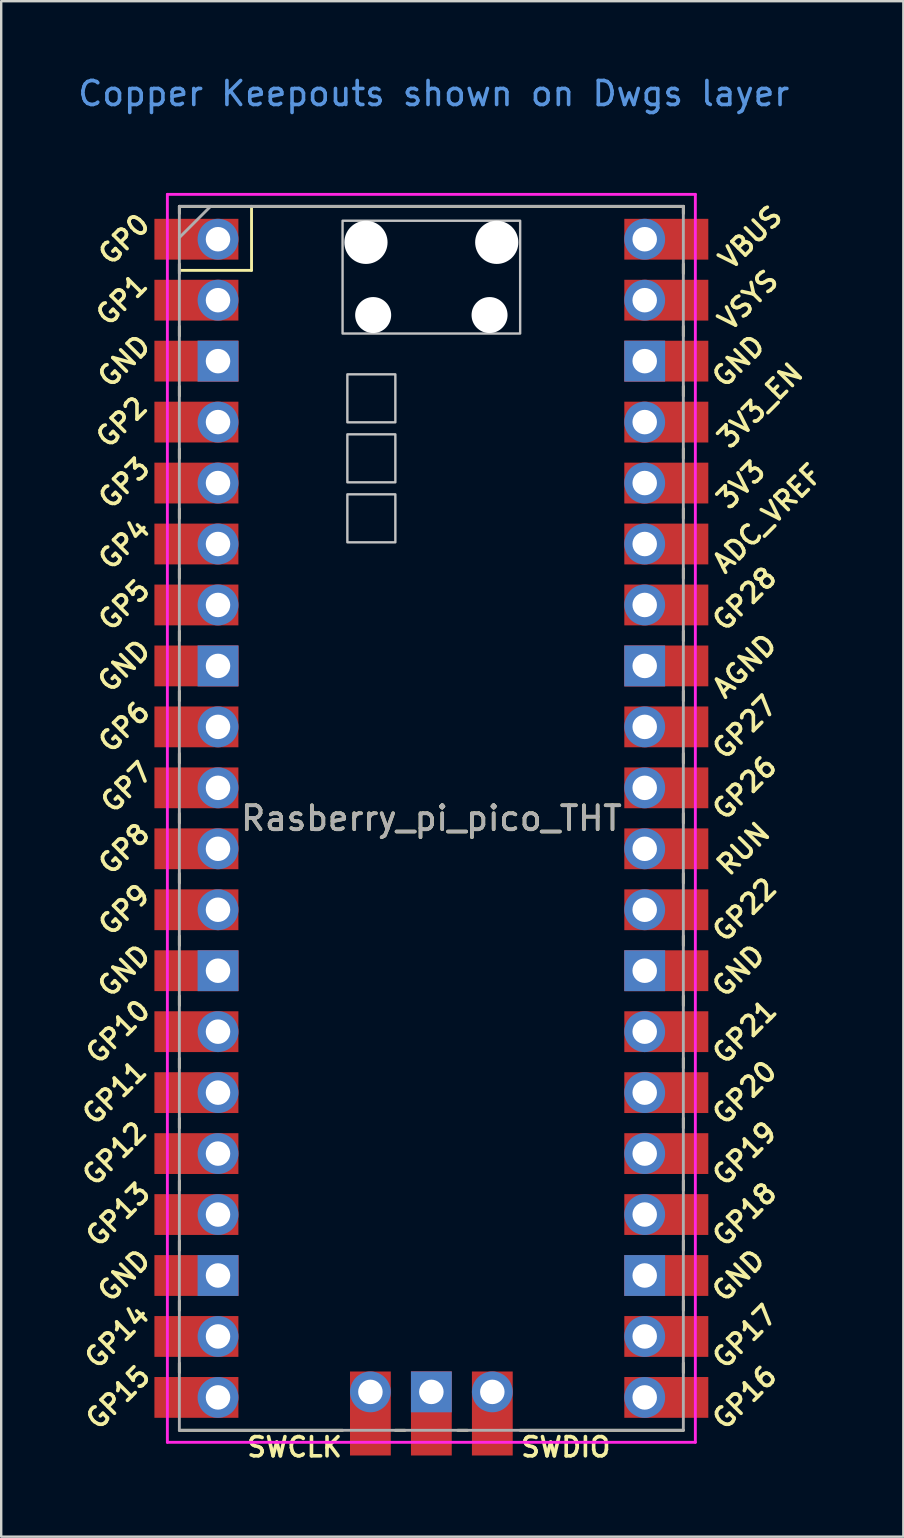
<source format=kicad_pcb>
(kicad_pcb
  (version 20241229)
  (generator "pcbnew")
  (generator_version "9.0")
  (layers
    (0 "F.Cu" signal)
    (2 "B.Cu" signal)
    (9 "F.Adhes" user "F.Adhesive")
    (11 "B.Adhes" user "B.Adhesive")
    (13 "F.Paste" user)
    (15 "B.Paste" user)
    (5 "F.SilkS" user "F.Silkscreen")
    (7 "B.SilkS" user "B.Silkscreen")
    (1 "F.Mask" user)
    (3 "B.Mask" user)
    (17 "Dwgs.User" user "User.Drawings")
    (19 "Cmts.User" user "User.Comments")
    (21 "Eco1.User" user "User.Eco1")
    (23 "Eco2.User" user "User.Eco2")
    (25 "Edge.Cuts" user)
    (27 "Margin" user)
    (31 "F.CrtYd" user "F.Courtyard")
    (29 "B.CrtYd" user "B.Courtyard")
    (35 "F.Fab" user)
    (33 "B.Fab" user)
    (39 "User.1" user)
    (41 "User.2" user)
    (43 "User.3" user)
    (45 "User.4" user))
  (footprint "Rasberry_pi_pico_THT"
    (layer "F.Cu")
    (at 14.924 31.048)
    (property "Reference" "Rasberry_pi_pico_THT" (at 0 0 0) (layer "F.SilkS") (effects (font (size 1 1) (thickness 0.15))))
    (attr through_hole)
    (fp_line (start -10.5 -25.5) (end -10.5 -25.2) (stroke (width 0.12) (type solid)) (layer "F.SilkS"))
    (fp_line (start -10.5 -25.5) (end 10.5 -25.5) (stroke (width 0.12) (type solid)) (layer "F.SilkS"))
    (fp_line (start -10.5 -23.1) (end -10.5 -22.7) (stroke (width 0.12) (type solid)) (layer "F.SilkS"))
    (fp_line (start -10.5 -22.833) (end -7.493 -22.833) (stroke (width 0.12) (type solid)) (layer "F.SilkS"))
    (fp_line (start -10.5 -20.5) (end -10.5 -20.1) (stroke (width 0.12) (type solid)) (layer "F.SilkS"))
    (fp_line (start -10.5 -18) (end -10.5 -17.6) (stroke (width 0.12) (type solid)) (layer "F.SilkS"))
    (fp_line (start -10.5 -15.4) (end -10.5 -15) (stroke (width 0.12) (type solid)) (layer "F.SilkS"))
    (fp_line (start -10.5 -12.9) (end -10.5 -12.5) (stroke (width 0.12) (type solid)) (layer "F.SilkS"))
    (fp_line (start -10.5 -10.4) (end -10.5 -10) (stroke (width 0.12) (type solid)) (layer "F.SilkS"))
    (fp_line (start -10.5 -7.8) (end -10.5 -7.4) (stroke (width 0.12) (type solid)) (layer "F.SilkS"))
    (fp_line (start -10.5 -5.3) (end -10.5 -4.9) (stroke (width 0.12) (type solid)) (layer "F.SilkS"))
    (fp_line (start -10.5 -2.7) (end -10.5 -2.3) (stroke (width 0.12) (type solid)) (layer "F.SilkS"))
    (fp_line (start -10.5 -0.2) (end -10.5 0.2) (stroke (width 0.12) (type solid)) (layer "F.SilkS"))
    (fp_line (start -10.5 2.3) (end -10.5 2.7) (stroke (width 0.12) (type solid)) (layer "F.SilkS"))
    (fp_line (start -10.5 4.9) (end -10.5 5.3) (stroke (width 0.12) (type solid)) (layer "F.SilkS"))
    (fp_line (start -10.5 7.4) (end -10.5 7.8) (stroke (width 0.12) (type solid)) (layer "F.SilkS"))
    (fp_line (start -10.5 10) (end -10.5 10.4) (stroke (width 0.12) (type solid)) (layer "F.SilkS"))
    (fp_line (start -10.5 12.5) (end -10.5 12.9) (stroke (width 0.12) (type solid)) (layer "F.SilkS"))
    (fp_line (start -10.5 15.1) (end -10.5 15.5) (stroke (width 0.12) (type solid)) (layer "F.SilkS"))
    (fp_line (start -10.5 17.6) (end -10.5 18) (stroke (width 0.12) (type solid)) (layer "F.SilkS"))
    (fp_line (start -10.5 20.1) (end -10.5 20.5) (stroke (width 0.12) (type solid)) (layer "F.SilkS"))
    (fp_line (start -10.5 22.7) (end -10.5 23.1) (stroke (width 0.12) (type solid)) (layer "F.SilkS"))
    (fp_line (start -7.493 -22.833) (end -7.493 -25.5) (stroke (width 0.12) (type solid)) (layer "F.SilkS"))
    (fp_line (start -3.7 25.5) (end -10.5 25.5) (stroke (width 0.12) (type solid)) (layer "F.SilkS"))
    (fp_line (start -1.5 25.5) (end -1.1 25.5) (stroke (width 0.12) (type solid)) (layer "F.SilkS"))
    (fp_line (start 1.1 25.5) (end 1.5 25.5) (stroke (width 0.12) (type solid)) (layer "F.SilkS"))
    (fp_line (start 10.5 -25.5) (end 10.5 -25.2) (stroke (width 0.12) (type solid)) (layer "F.SilkS"))
    (fp_line (start 10.5 -23.1) (end 10.5 -22.7) (stroke (width 0.12) (type solid)) (layer "F.SilkS"))
    (fp_line (start 10.5 -20.5) (end 10.5 -20.1) (stroke (width 0.12) (type solid)) (layer "F.SilkS"))
    (fp_line (start 10.5 -18) (end 10.5 -17.6) (stroke (width 0.12) (type solid)) (layer "F.SilkS"))
    (fp_line (start 10.5 -15.4) (end 10.5 -15) (stroke (width 0.12) (type solid)) (layer "F.SilkS"))
    (fp_line (start 10.5 -12.9) (end 10.5 -12.5) (stroke (width 0.12) (type solid)) (layer "F.SilkS"))
    (fp_line (start 10.5 -10.4) (end 10.5 -10) (stroke (width 0.12) (type solid)) (layer "F.SilkS"))
    (fp_line (start 10.5 -7.8) (end 10.5 -7.4) (stroke (width 0.12) (type solid)) (layer "F.SilkS"))
    (fp_line (start 10.5 -5.3) (end 10.5 -4.9) (stroke (width 0.12) (type solid)) (layer "F.SilkS"))
    (fp_line (start 10.5 -2.7) (end 10.5 -2.3) (stroke (width 0.12) (type solid)) (layer "F.SilkS"))
    (fp_line (start 10.5 -0.2) (end 10.5 0.2) (stroke (width 0.12) (type solid)) (layer "F.SilkS"))
    (fp_line (start 10.5 2.3) (end 10.5 2.7) (stroke (width 0.12) (type solid)) (layer "F.SilkS"))
    (fp_line (start 10.5 4.9) (end 10.5 5.3) (stroke (width 0.12) (type solid)) (layer "F.SilkS"))
    (fp_line (start 10.5 7.4) (end 10.5 7.8) (stroke (width 0.12) (type solid)) (layer "F.SilkS"))
    (fp_line (start 10.5 10) (end 10.5 10.4) (stroke (width 0.12) (type solid)) (layer "F.SilkS"))
    (fp_line (start 10.5 12.5) (end 10.5 12.9) (stroke (width 0.12) (type solid)) (layer "F.SilkS"))
    (fp_line (start 10.5 15.1) (end 10.5 15.5) (stroke (width 0.12) (type solid)) (layer "F.SilkS"))
    (fp_line (start 10.5 17.6) (end 10.5 18) (stroke (width 0.12) (type solid)) (layer "F.SilkS"))
    (fp_line (start 10.5 20.1) (end 10.5 20.5) (stroke (width 0.12) (type solid)) (layer "F.SilkS"))
    (fp_line (start 10.5 22.7) (end 10.5 23.1) (stroke (width 0.12) (type solid)) (layer "F.SilkS"))
    (fp_line (start 10.5 25.5) (end 3.7 25.5) (stroke (width 0.12) (type solid)) (layer "F.SilkS"))
    (fp_poly (pts (xy -1.5 -16.5) (xy -3.5 -16.5) (xy -3.5 -18.5) (xy -1.5 -18.5)) (stroke (width 0.1) (type solid)) (fill no) (layer "Dwgs.User"))
    (fp_poly (pts (xy -1.5 -14) (xy -3.5 -14) (xy -3.5 -16) (xy -1.5 -16)) (stroke (width 0.1) (type solid)) (fill no) (layer "Dwgs.User"))
    (fp_poly (pts (xy -1.5 -11.5) (xy -3.5 -11.5) (xy -3.5 -13.5) (xy -1.5 -13.5)) (stroke (width 0.1) (type solid)) (fill no) (layer "Dwgs.User"))
    (fp_poly (pts (xy 3.7 -20.2) (xy -3.7 -20.2) (xy -3.7 -24.9) (xy 3.7 -24.9)) (stroke (width 0.1) (type solid)) (fill no) (layer "Dwgs.User"))
    (fp_line (start -11 -26) (end 11 -26) (stroke (width 0.12) (type solid)) (layer "F.CrtYd"))
    (fp_line (start -11 26) (end -11 -26) (stroke (width 0.12) (type solid)) (layer "F.CrtYd"))
    (fp_line (start 11 -26) (end 11 26) (stroke (width 0.12) (type solid)) (layer "F.CrtYd"))
    (fp_line (start 11 26) (end -11 26) (stroke (width 0.12) (type solid)) (layer "F.CrtYd"))
    (fp_line (start -10.5 -25.5) (end 10.5 -25.5) (stroke (width 0.12) (type solid)) (layer "F.Fab"))
    (fp_line (start -10.5 -24.2) (end -9.2 -25.5) (stroke (width 0.12) (type solid)) (layer "F.Fab"))
    (fp_line (start -10.5 25.5) (end -10.5 -25.5) (stroke (width 0.12) (type solid)) (layer "F.Fab"))
    (fp_line (start 10.5 -25.5) (end 10.5 25.5) (stroke (width 0.12) (type solid)) (layer "F.Fab"))
    (fp_line (start 10.5 25.5) (end -10.5 25.5) (stroke (width 0.12) (type solid)) (layer "F.Fab"))
    (fp_text user "GP17" (at 13.054 21.59 45) (layer "F.SilkS") (effects (font (size 0.8 0.8) (thickness 0.15))))
    (fp_text user "SWCLK" (at -5.7 26.2 0) (layer "F.SilkS") (effects (font (size 0.8 0.8) (thickness 0.15))))
    (fp_text user "VBUS" (at 13.3 -24.2 45) (layer "F.SilkS") (effects (font (size 0.8 0.8) (thickness 0.15))))
    (fp_text user "GND" (at -12.8 -19.05 45) (layer "F.SilkS") (effects (font (size 0.8 0.8) (thickness 0.15))))
    (fp_text user "GP26" (at 13.054 -1.27 45) (layer "F.SilkS") (effects (font (size 0.8 0.8) (thickness 0.15))))
    (fp_text user "GP12" (at -13.2 13.97 45) (layer "F.SilkS") (effects (font (size 0.8 0.8) (thickness 0.15))))
    (fp_text user "3V3" (at 12.9 -13.9 45) (layer "F.SilkS") (effects (font (size 0.8 0.8) (thickness 0.15))))
    (fp_text user "GND" (at -12.8 19.05 45) (layer "F.SilkS") (effects (font (size 0.8 0.8) (thickness 0.15))))
    (fp_text user "ADC_VREF" (at 14 -12.5 45) (layer "F.SilkS") (effects (font (size 0.8 0.8) (thickness 0.15))))
    (fp_text user "GP0" (at -12.8 -24.13 45) (layer "F.SilkS") (effects (font (size 0.8 0.8) (thickness 0.15))))
    (fp_text user "GP28" (at 13.054 -9.144 45) (layer "F.SilkS") (effects (font (size 0.8 0.8) (thickness 0.15))))
    (fp_text user "GP3" (at -12.8 -13.97 45) (layer "F.SilkS") (effects (font (size 0.8 0.8) (thickness 0.15))))
    (fp_text user "GP15" (at -13.054 24.13 45) (layer "F.SilkS") (effects (font (size 0.8 0.8) (thickness 0.15))))
    (fp_text user "3V3_EN" (at 13.7 -17.2 45) (layer "F.SilkS") (effects (font (size 0.8 0.8) (thickness 0.15))))
    (fp_text user "GP1" (at -12.9 -21.6 45) (layer "F.SilkS") (effects (font (size 0.8 0.8) (thickness 0.15))))
    (fp_text user "GP20" (at 13.054 11.43 45) (layer "F.SilkS") (effects (font (size 0.8 0.8) (thickness 0.15))))
    (fp_text user "GP2" (at -12.9 -16.51 45) (layer "F.SilkS") (effects (font (size 0.8 0.8) (thickness 0.15))))
    (fp_text user "GND" (at -12.8 6.35 45) (layer "F.SilkS") (effects (font (size 0.8 0.8) (thickness 0.15))))
    (fp_text user "GND" (at 12.8 -19.05 45) (layer "F.SilkS") (effects (font (size 0.8 0.8) (thickness 0.15))))
    (fp_text user "GP19" (at 13.054 13.97 45) (layer "F.SilkS") (effects (font (size 0.8 0.8) (thickness 0.15))))
    (fp_text user "GND" (at -12.8 -6.35 45) (layer "F.SilkS") (effects (font (size 0.8 0.8) (thickness 0.15))))
    (fp_text user "VSYS" (at 13.2 -21.59 45) (layer "F.SilkS") (effects (font (size 0.8 0.8) (thickness 0.15))))
    (fp_text user "GP16" (at 13.054 24.13 45) (layer "F.SilkS") (effects (font (size 0.8 0.8) (thickness 0.15))))
    (fp_text user "GP22" (at 13.054 3.81 45) (layer "F.SilkS") (effects (font (size 0.8 0.8) (thickness 0.15))))
    (fp_text user "GP5" (at -12.8 -8.89 45) (layer "F.SilkS") (effects (font (size 0.8 0.8) (thickness 0.15))))
    (fp_text user "GP13" (at -13.054 16.51 45) (layer "F.SilkS") (effects (font (size 0.8 0.8) (thickness 0.15))))
    (fp_text user "GP7" (at -12.7 -1.3 45) (layer "F.SilkS") (effects (font (size 0.8 0.8) (thickness 0.15))))
    (fp_text user "SWDIO" (at 5.6 26.2 0) (layer "F.SilkS") (effects (font (size 0.8 0.8) (thickness 0.15))))
    (fp_text user "GP14" (at -13.1 21.59 45) (layer "F.SilkS") (effects (font (size 0.8 0.8) (thickness 0.15))))
    (fp_text user "GP27" (at 13.054 -3.8 45) (layer "F.SilkS") (effects (font (size 0.8 0.8) (thickness 0.15))))
    (fp_text user "GND" (at 12.8 19.05 45) (layer "F.SilkS") (effects (font (size 0.8 0.8) (thickness 0.15))))
    (fp_text user "GP10" (at -13.054 8.89 45) (layer "F.SilkS") (effects (font (size 0.8 0.8) (thickness 0.15))))
    (fp_text user "GP18" (at 13.054 16.51 45) (layer "F.SilkS") (effects (font (size 0.8 0.8) (thickness 0.15))))
    (fp_text user "GP4" (at -12.8 -11.43 45) (layer "F.SilkS") (effects (font (size 0.8 0.8) (thickness 0.15))))
    (fp_text user "RUN" (at 13 1.27 45) (layer "F.SilkS") (effects (font (size 0.8 0.8) (thickness 0.15))))
    (fp_text user "GP8" (at -12.8 1.27 45) (layer "F.SilkS") (effects (font (size 0.8 0.8) (thickness 0.15))))
    (fp_text user "GP6" (at -12.8 -3.81 45) (layer "F.SilkS") (effects (font (size 0.8 0.8) (thickness 0.15))))
    (fp_text user "GND" (at 12.8 6.35 45) (layer "F.SilkS") (effects (font (size 0.8 0.8) (thickness 0.15))))
    (fp_text user "GP21" (at 13.054 8.9 45) (layer "F.SilkS") (effects (font (size 0.8 0.8) (thickness 0.15))))
    (fp_text user "GP11" (at -13.2 11.43 45) (layer "F.SilkS") (effects (font (size 0.8 0.8) (thickness 0.15))))
    (fp_text user "GP9" (at -12.8 3.81 45) (layer "F.SilkS") (effects (font (size 0.8 0.8) (thickness 0.15))))
    (fp_text user "AGND" (at 13.054 -6.35 45) (layer "F.SilkS") (effects (font (size 0.8 0.8) (thickness 0.15))))
    (fp_text user "Copper Keepouts shown on Dwgs layer" (at 0.1 -30.2 0) (layer "Cmts.User") (effects (font (size 1 1) (thickness 0.15))))
    (fp_text user "${REFERENCE}" (at 0 0 180) (layer "F.Fab") (effects (font (size 1 1) (thickness 0.15))))
    (pad "" np_thru_hole oval (at -2.725 -24) (size 1.8 1.8) (drill 1.8) (layers "*.Cu" "*.Mask"))
    (pad "" np_thru_hole oval (at -2.425 -20.97) (size 1.5 1.5) (drill 1.5) (layers "*.Cu" "*.Mask"))
    (pad "" np_thru_hole oval (at 2.425 -20.97) (size 1.5 1.5) (drill 1.5) (layers "*.Cu" "*.Mask"))
    (pad "" np_thru_hole oval (at 2.725 -24) (size 1.8 1.8) (drill 1.8) (layers "*.Cu" "*.Mask"))
    (pad "1" thru_hole oval (at -8.89 -24.13) (size 1.7 1.7) (drill 1.02) (layers "*.Cu" "*.Mask"))
    (pad "1" smd rect (at -8.89 -24.13) (size 3.5 1.7) (drill (offset -0.9 0)) (layers "F.Cu" "F.Mask"))
    (pad "2" thru_hole oval (at -8.89 -21.59) (size 1.7 1.7) (drill 1.02) (layers "*.Cu" "*.Mask"))
    (pad "2" smd rect (at -8.89 -21.59) (size 3.5 1.7) (drill (offset -0.9 0)) (layers "F.Cu" "F.Mask"))
    (pad "3" thru_hole rect (at -8.89 -19.05) (size 1.7 1.7) (drill 1.02) (layers "*.Cu" "*.Mask"))
    (pad "3" smd rect (at -8.89 -19.05) (size 3.5 1.7) (drill (offset -0.9 0)) (layers "F.Cu" "F.Mask"))
    (pad "4" thru_hole oval (at -8.89 -16.51) (size 1.7 1.7) (drill 1.02) (layers "*.Cu" "*.Mask"))
    (pad "4" smd rect (at -8.89 -16.51) (size 3.5 1.7) (drill (offset -0.9 0)) (layers "F.Cu" "F.Mask"))
    (pad "5" thru_hole oval (at -8.89 -13.97) (size 1.7 1.7) (drill 1.02) (layers "*.Cu" "*.Mask"))
    (pad "5" smd rect (at -8.89 -13.97) (size 3.5 1.7) (drill (offset -0.9 0)) (layers "F.Cu" "F.Mask"))
    (pad "6" thru_hole oval (at -8.89 -11.43) (size 1.7 1.7) (drill 1.02) (layers "*.Cu" "*.Mask"))
    (pad "6" smd rect (at -8.89 -11.43) (size 3.5 1.7) (drill (offset -0.9 0)) (layers "F.Cu" "F.Mask"))
    (pad "7" thru_hole oval (at -8.89 -8.89) (size 1.7 1.7) (drill 1.02) (layers "*.Cu" "*.Mask"))
    (pad "7" smd rect (at -8.89 -8.89) (size 3.5 1.7) (drill (offset -0.9 0)) (layers "F.Cu" "F.Mask"))
    (pad "8" thru_hole rect (at -8.89 -6.35) (size 1.7 1.7) (drill 1.02) (layers "*.Cu" "*.Mask"))
    (pad "8" smd rect (at -8.89 -6.35) (size 3.5 1.7) (drill (offset -0.9 0)) (layers "F.Cu" "F.Mask"))
    (pad "9" thru_hole oval (at -8.89 -3.81) (size 1.7 1.7) (drill 1.02) (layers "*.Cu" "*.Mask"))
    (pad "9" smd rect (at -8.89 -3.81) (size 3.5 1.7) (drill (offset -0.9 0)) (layers "F.Cu" "F.Mask"))
    (pad "10" thru_hole oval (at -8.89 -1.27) (size 1.7 1.7) (drill 1.02) (layers "*.Cu" "*.Mask"))
    (pad "10" smd rect (at -8.89 -1.27) (size 3.5 1.7) (drill (offset -0.9 0)) (layers "F.Cu" "F.Mask"))
    (pad "11" thru_hole oval (at -8.89 1.27) (size 1.7 1.7) (drill 1.02) (layers "*.Cu" "*.Mask"))
    (pad "11" smd rect (at -8.89 1.27) (size 3.5 1.7) (drill (offset -0.9 0)) (layers "F.Cu" "F.Mask"))
    (pad "12" thru_hole oval (at -8.89 3.81) (size 1.7 1.7) (drill 1.02) (layers "*.Cu" "*.Mask"))
    (pad "12" smd rect (at -8.89 3.81) (size 3.5 1.7) (drill (offset -0.9 0)) (layers "F.Cu" "F.Mask"))
    (pad "13" thru_hole rect (at -8.89 6.35) (size 1.7 1.7) (drill 1.02) (layers "*.Cu" "*.Mask"))
    (pad "13" smd rect (at -8.89 6.35) (size 3.5 1.7) (drill (offset -0.9 0)) (layers "F.Cu" "F.Mask"))
    (pad "14" thru_hole oval (at -8.89 8.89) (size 1.7 1.7) (drill 1.02) (layers "*.Cu" "*.Mask"))
    (pad "14" smd rect (at -8.89 8.89) (size 3.5 1.7) (drill (offset -0.9 0)) (layers "F.Cu" "F.Mask"))
    (pad "15" thru_hole oval (at -8.89 11.43) (size 1.7 1.7) (drill 1.02) (layers "*.Cu" "*.Mask"))
    (pad "15" smd rect (at -8.89 11.43) (size 3.5 1.7) (drill (offset -0.9 0)) (layers "F.Cu" "F.Mask"))
    (pad "16" thru_hole oval (at -8.89 13.97) (size 1.7 1.7) (drill 1.02) (layers "*.Cu" "*.Mask"))
    (pad "16" smd rect (at -8.89 13.97) (size 3.5 1.7) (drill (offset -0.9 0)) (layers "F.Cu" "F.Mask"))
    (pad "17" thru_hole oval (at -8.89 16.51) (size 1.7 1.7) (drill 1.02) (layers "*.Cu" "*.Mask"))
    (pad "17" smd rect (at -8.89 16.51) (size 3.5 1.7) (drill (offset -0.9 0)) (layers "F.Cu" "F.Mask"))
    (pad "18" thru_hole rect (at -8.89 19.05) (size 1.7 1.7) (drill 1.02) (layers "*.Cu" "*.Mask"))
    (pad "18" smd rect (at -8.89 19.05) (size 3.5 1.7) (drill (offset -0.9 0)) (layers "F.Cu" "F.Mask"))
    (pad "19" thru_hole oval (at -8.89 21.59) (size 1.7 1.7) (drill 1.02) (layers "*.Cu" "*.Mask"))
    (pad "19" smd rect (at -8.89 21.59) (size 3.5 1.7) (drill (offset -0.9 0)) (layers "F.Cu" "F.Mask"))
    (pad "20" thru_hole oval (at -8.89 24.13) (size 1.7 1.7) (drill 1.02) (layers "*.Cu" "*.Mask"))
    (pad "20" smd rect (at -8.89 24.13) (size 3.5 1.7) (drill (offset -0.9 0)) (layers "F.Cu" "F.Mask"))
    (pad "21" thru_hole oval (at 8.89 24.13) (size 1.7 1.7) (drill 1.02) (layers "*.Cu" "*.Mask"))
    (pad "21" smd rect (at 8.89 24.13) (size 3.5 1.7) (drill (offset 0.9 0)) (layers "F.Cu" "F.Mask"))
    (pad "22" thru_hole oval (at 8.89 21.59) (size 1.7 1.7) (drill 1.02) (layers "*.Cu" "*.Mask"))
    (pad "22" smd rect (at 8.89 21.59) (size 3.5 1.7) (drill (offset 0.9 0)) (layers "F.Cu" "F.Mask"))
    (pad "23" thru_hole rect (at 8.89 19.05) (size 1.7 1.7) (drill 1.02) (layers "*.Cu" "*.Mask"))
    (pad "23" smd rect (at 8.89 19.05) (size 3.5 1.7) (drill (offset 0.9 0)) (layers "F.Cu" "F.Mask"))
    (pad "24" thru_hole oval (at 8.89 16.51) (size 1.7 1.7) (drill 1.02) (layers "*.Cu" "*.Mask"))
    (pad "24" smd rect (at 8.89 16.51) (size 3.5 1.7) (drill (offset 0.9 0)) (layers "F.Cu" "F.Mask"))
    (pad "25" thru_hole oval (at 8.89 13.97) (size 1.7 1.7) (drill 1.02) (layers "*.Cu" "*.Mask"))
    (pad "25" smd rect (at 8.89 13.97) (size 3.5 1.7) (drill (offset 0.9 0)) (layers "F.Cu" "F.Mask"))
    (pad "26" thru_hole oval (at 8.89 11.43) (size 1.7 1.7) (drill 1.02) (layers "*.Cu" "*.Mask"))
    (pad "26" smd rect (at 8.89 11.43) (size 3.5 1.7) (drill (offset 0.9 0)) (layers "F.Cu" "F.Mask"))
    (pad "27" thru_hole oval (at 8.89 8.89) (size 1.7 1.7) (drill 1.02) (layers "*.Cu" "*.Mask"))
    (pad "27" smd rect (at 8.89 8.89) (size 3.5 1.7) (drill (offset 0.9 0)) (layers "F.Cu" "F.Mask"))
    (pad "28" thru_hole rect (at 8.89 6.35) (size 1.7 1.7) (drill 1.02) (layers "*.Cu" "*.Mask"))
    (pad "28" smd rect (at 8.89 6.35) (size 3.5 1.7) (drill (offset 0.9 0)) (layers "F.Cu" "F.Mask"))
    (pad "29" thru_hole oval (at 8.89 3.81) (size 1.7 1.7) (drill 1.02) (layers "*.Cu" "*.Mask"))
    (pad "29" smd rect (at 8.89 3.81) (size 3.5 1.7) (drill (offset 0.9 0)) (layers "F.Cu" "F.Mask"))
    (pad "30" thru_hole oval (at 8.89 1.27) (size 1.7 1.7) (drill 1.02) (layers "*.Cu" "*.Mask"))
    (pad "30" smd rect (at 8.89 1.27) (size 3.5 1.7) (drill (offset 0.9 0)) (layers "F.Cu" "F.Mask"))
    (pad "31" thru_hole oval (at 8.89 -1.27) (size 1.7 1.7) (drill 1.02) (layers "*.Cu" "*.Mask"))
    (pad "31" smd rect (at 8.89 -1.27) (size 3.5 1.7) (drill (offset 0.9 0)) (layers "F.Cu" "F.Mask"))
    (pad "32" thru_hole oval (at 8.89 -3.81) (size 1.7 1.7) (drill 1.02) (layers "*.Cu" "*.Mask"))
    (pad "32" smd rect (at 8.89 -3.81) (size 3.5 1.7) (drill (offset 0.9 0)) (layers "F.Cu" "F.Mask"))
    (pad "33" thru_hole rect (at 8.89 -6.35) (size 1.7 1.7) (drill 1.02) (layers "*.Cu" "*.Mask"))
    (pad "33" smd rect (at 8.89 -6.35) (size 3.5 1.7) (drill (offset 0.9 0)) (layers "F.Cu" "F.Mask"))
    (pad "34" thru_hole oval (at 8.89 -8.89) (size 1.7 1.7) (drill 1.02) (layers "*.Cu" "*.Mask"))
    (pad "34" smd rect (at 8.89 -8.89) (size 3.5 1.7) (drill (offset 0.9 0)) (layers "F.Cu" "F.Mask"))
    (pad "35" thru_hole oval (at 8.89 -11.43) (size 1.7 1.7) (drill 1.02) (layers "*.Cu" "*.Mask"))
    (pad "35" smd rect (at 8.89 -11.43) (size 3.5 1.7) (drill (offset 0.9 0)) (layers "F.Cu" "F.Mask"))
    (pad "36" thru_hole oval (at 8.89 -13.97) (size 1.7 1.7) (drill 1.02) (layers "*.Cu" "*.Mask"))
    (pad "36" smd rect (at 8.89 -13.97) (size 3.5 1.7) (drill (offset 0.9 0)) (layers "F.Cu" "F.Mask"))
    (pad "37" thru_hole oval (at 8.89 -16.51) (size 1.7 1.7) (drill 1.02) (layers "*.Cu" "*.Mask"))
    (pad "37" smd rect (at 8.89 -16.51) (size 3.5 1.7) (drill (offset 0.9 0)) (layers "F.Cu" "F.Mask"))
    (pad "38" thru_hole rect (at 8.89 -19.05) (size 1.7 1.7) (drill 1.02) (layers "*.Cu" "*.Mask"))
    (pad "38" smd rect (at 8.89 -19.05) (size 3.5 1.7) (drill (offset 0.9 0)) (layers "F.Cu" "F.Mask"))
    (pad "39" thru_hole oval (at 8.89 -21.59) (size 1.7 1.7) (drill 1.02) (layers "*.Cu" "*.Mask"))
    (pad "39" smd rect (at 8.89 -21.59) (size 3.5 1.7) (drill (offset 0.9 0)) (layers "F.Cu" "F.Mask"))
    (pad "40" thru_hole oval (at 8.89 -24.13) (size 1.7 1.7) (drill 1.02) (layers "*.Cu" "*.Mask"))
    (pad "40" smd rect (at 8.89 -24.13) (size 3.5 1.7) (drill (offset 0.9 0)) (layers "F.Cu" "F.Mask"))
    (pad "41" thru_hole oval (at -2.54 23.9) (size 1.7 1.7) (drill 1.02) (layers "*.Cu" "*.Mask"))
    (pad "41" smd rect (at -2.54 23.9 90) (size 3.5 1.7) (drill (offset -0.9 0)) (layers "F.Cu" "F.Mask"))
    (pad "42" thru_hole rect (at 0 23.9) (size 1.7 1.7) (drill 1.02) (layers "*.Cu" "*.Mask"))
    (pad "42" smd rect (at 0 23.9 90) (size 3.5 1.7) (drill (offset -0.9 0)) (layers "F.Cu" "F.Mask"))
    (pad "43" thru_hole oval (at 2.54 23.9) (size 1.7 1.7) (drill 1.02) (layers "*.Cu" "*.Mask"))
    (pad "43" smd rect (at 2.54 23.9 90) (size 3.5 1.7) (drill (offset -0.9 0)) (layers "F.Cu" "F.Mask")))
  (gr_rect
    (start -3 -3)
    (end 34.591 60.98)
    (stroke (width 0.1) (type default))
    (fill no)
    (layer "Edge.Cuts")))
</source>
